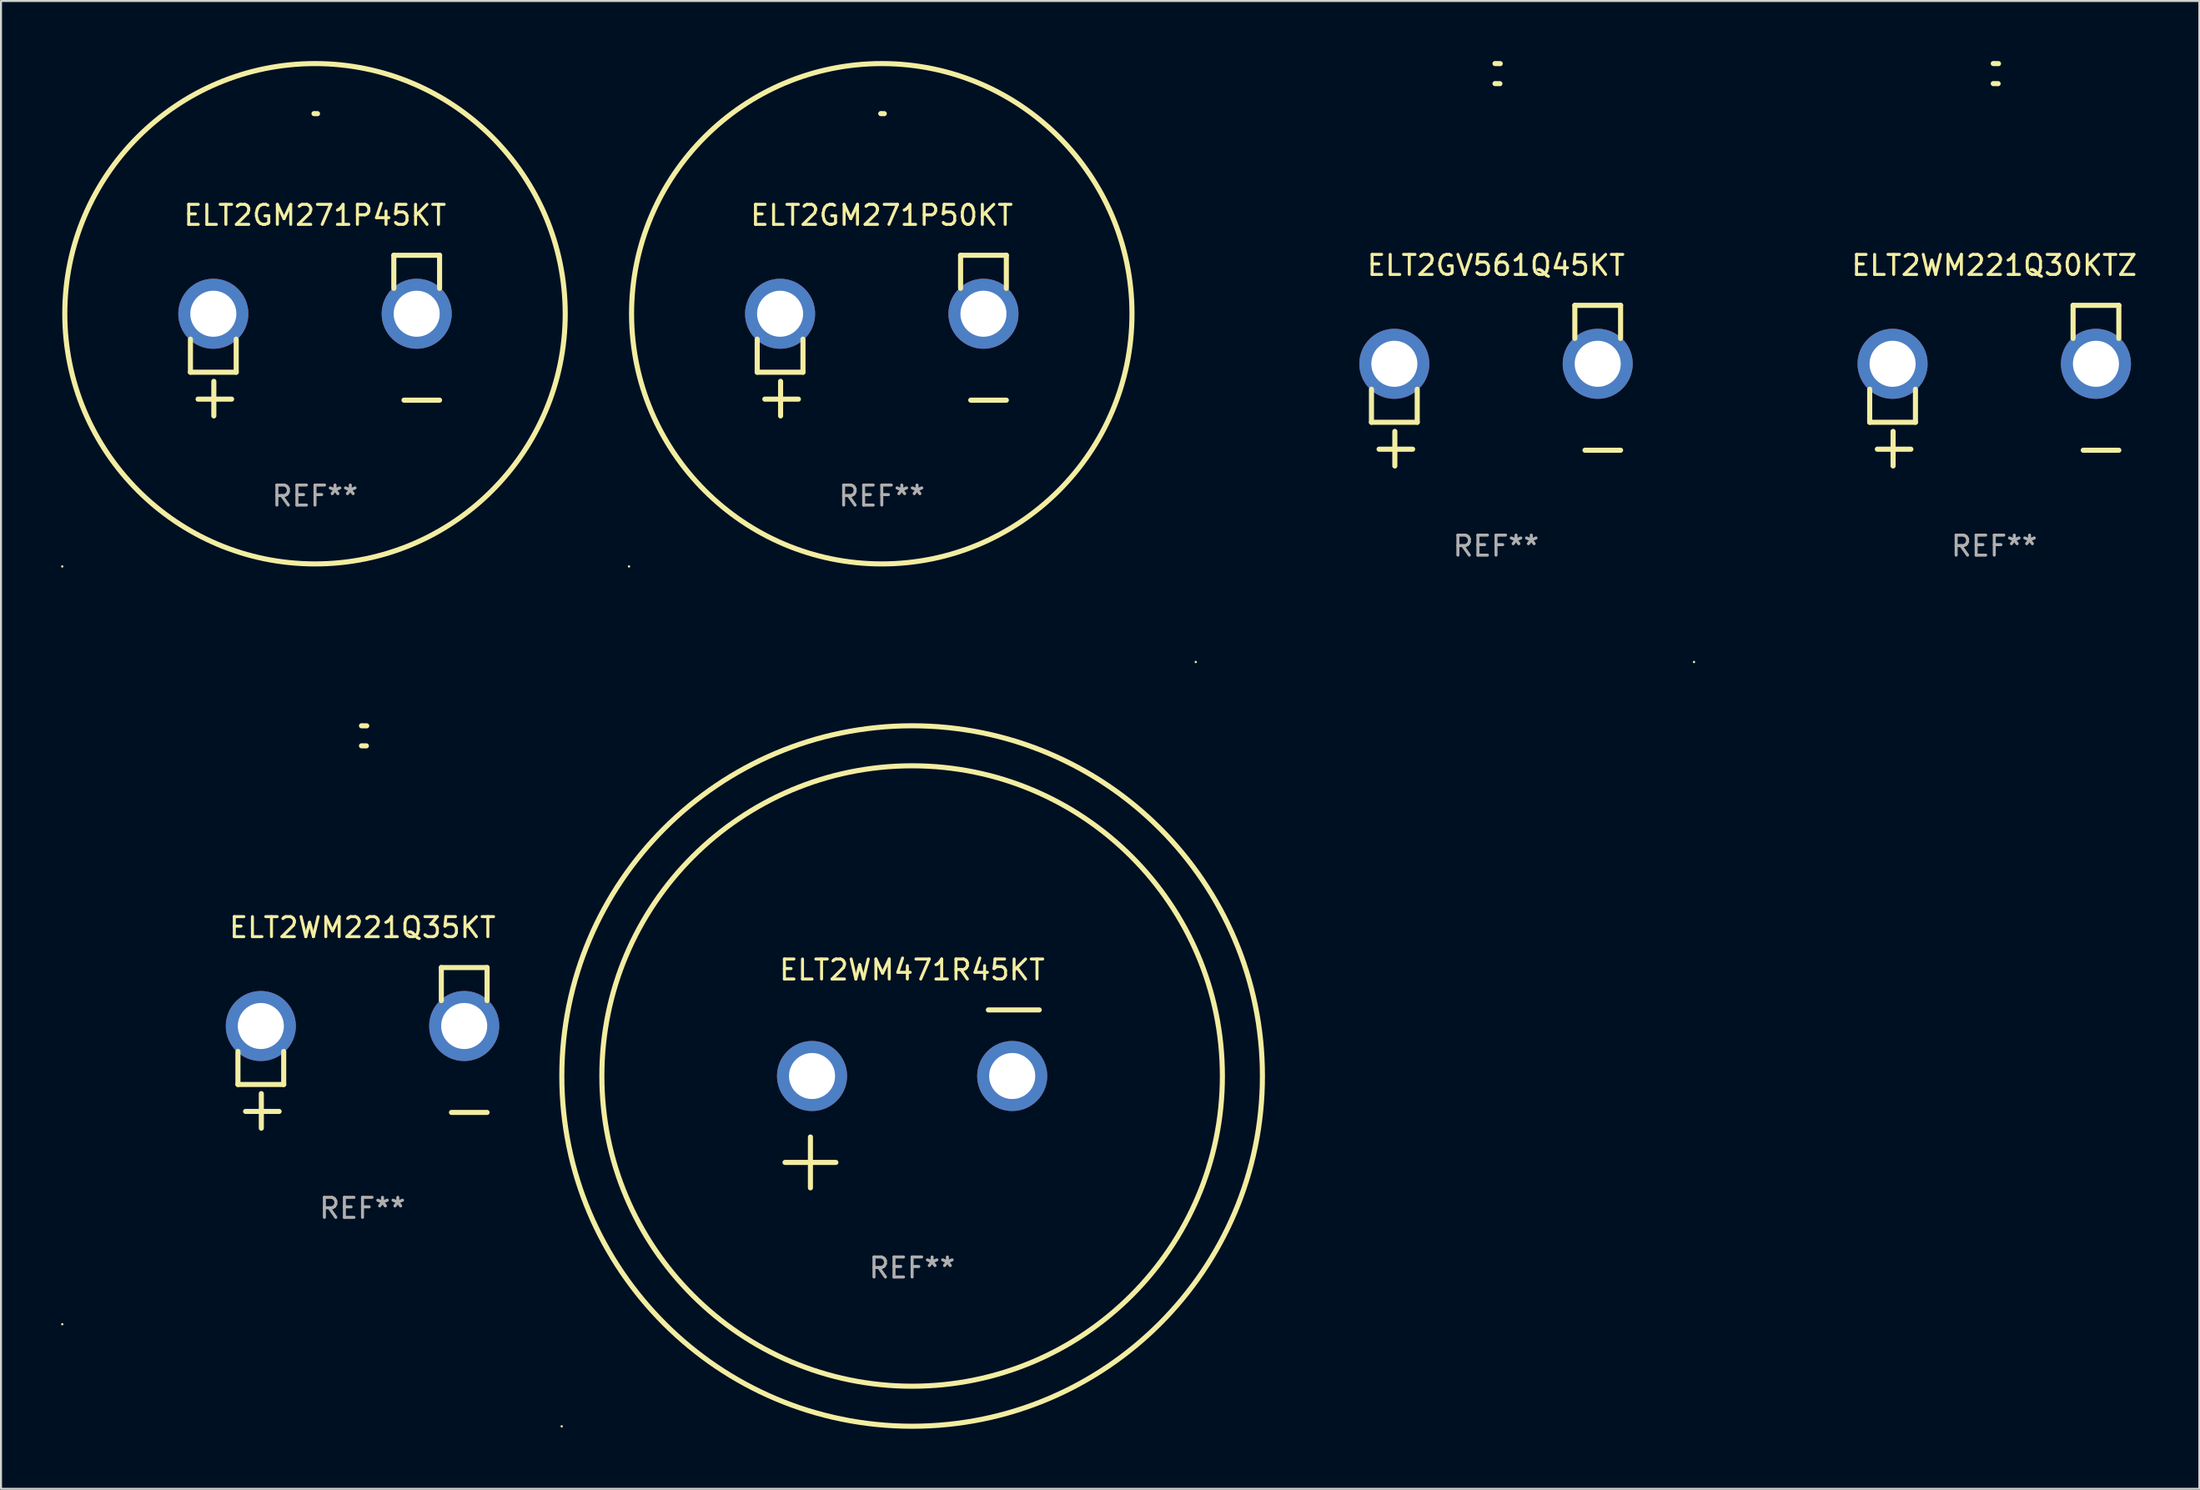
<source format=kicad_pcb>
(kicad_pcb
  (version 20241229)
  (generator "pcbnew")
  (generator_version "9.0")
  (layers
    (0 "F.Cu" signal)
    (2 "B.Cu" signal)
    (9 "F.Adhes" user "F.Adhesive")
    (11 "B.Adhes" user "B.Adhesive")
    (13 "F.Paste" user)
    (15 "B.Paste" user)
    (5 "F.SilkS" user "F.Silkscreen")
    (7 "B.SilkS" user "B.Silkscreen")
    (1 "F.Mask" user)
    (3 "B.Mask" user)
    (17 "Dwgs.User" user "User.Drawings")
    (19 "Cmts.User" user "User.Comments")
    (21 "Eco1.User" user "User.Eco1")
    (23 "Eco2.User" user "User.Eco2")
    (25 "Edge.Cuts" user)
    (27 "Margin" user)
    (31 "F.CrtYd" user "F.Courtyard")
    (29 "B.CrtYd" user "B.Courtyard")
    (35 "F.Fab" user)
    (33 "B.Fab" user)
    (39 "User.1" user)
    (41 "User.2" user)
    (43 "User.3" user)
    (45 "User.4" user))
  (footprint "ELT2GV561Q45KT"
    (layer "F.Cu")
    (at 71.687 16.22)
    (property "Reference" "ELT2GV561Q45KT" (at 0 -6.013 0) (layer "F.SilkS") (effects (font (size 1 1) (thickness 0.15))))
    (attr through_hole)
    (fp_line (start -6.223 0.178) (end -6.223 1.829) (stroke (width 0.254) (type solid)) (layer "F.SilkS"))
    (fp_line (start -6.223 1.829) (end -3.937 1.829) (stroke (width 0.254) (type solid)) (layer "F.SilkS"))
    (fp_line (start -5.055 4.013) (end -5.055 2.286) (stroke (width 0.254) (type solid)) (layer "F.SilkS"))
    (fp_line (start -4.166 3.175) (end -5.842 3.175) (stroke (width 0.254) (type solid)) (layer "F.SilkS"))
    (fp_line (start -3.937 1.829) (end -3.937 0.178) (stroke (width 0.254) (type solid)) (layer "F.SilkS"))
    (fp_line (start 3.937 -4.013) (end 3.937 -2.362) (stroke (width 0.254) (type solid)) (layer "F.SilkS"))
    (fp_line (start 6.223 -4.013) (end 3.937 -4.013) (stroke (width 0.254) (type solid)) (layer "F.SilkS"))
    (fp_line (start 6.223 -2.362) (end 6.223 -4.013) (stroke (width 0.254) (type solid)) (layer "F.SilkS"))
    (fp_line (start 6.223 3.226) (end 4.445 3.226) (stroke (width 0.254) (type solid)) (layer "F.SilkS"))
    (fp_arc (start -0.0508 -16.093472) (mid 0.080016 -16.092762) (end 0.210821 -16.090932) (stroke (width 0.254001) (type solid)) (layer "F.SilkS"))
    (fp_arc (start -0.0508 -15.09271) (mid 0.071125 -15.091961) (end 0.19304 -15.09017) (stroke (width 0.254001) (type solid)) (layer "F.SilkS"))
    (fp_circle (center -15 13.808) (end -14.97 13.808) (stroke (width 0.06) (type solid)) (fill no) (layer "F.SilkS"))
    (fp_text user "REF**" (at 0 8.013 0) (layer "F.Fab") (effects (font (size 1 1) (thickness 0.15))))
    (pad "1" thru_hole circle (at -5.08 -1.092) (size 3.5 3.5) (drill 2.3) (layers "*.Cu" "*.Mask"))
    (pad "2" thru_hole circle (at 5.08 -1.092) (size 3.5 3.5) (drill 2.3) (layers "*.Cu" "*.Mask")))
  (footprint "ELT2GM271P45KT"
    (layer "F.Cu")
    (at 12.687 13.719)
    (property "Reference" "ELT2GM271P45KT" (at 0 -6.013 0) (layer "F.SilkS") (effects (font (size 1 1) (thickness 0.15))))
    (attr through_hole)
    (fp_line (start -6.223 0.178) (end -6.223 1.829) (stroke (width 0.254) (type solid)) (layer "F.SilkS"))
    (fp_line (start -6.223 1.829) (end -3.937 1.829) (stroke (width 0.254) (type solid)) (layer "F.SilkS"))
    (fp_line (start -5.055 4.013) (end -5.055 2.286) (stroke (width 0.254) (type solid)) (layer "F.SilkS"))
    (fp_line (start -4.166 3.175) (end -5.842 3.175) (stroke (width 0.254) (type solid)) (layer "F.SilkS"))
    (fp_line (start -3.937 1.829) (end -3.937 0.178) (stroke (width 0.254) (type solid)) (layer "F.SilkS"))
    (fp_line (start 3.937 -4.013) (end 3.937 -2.362) (stroke (width 0.254) (type solid)) (layer "F.SilkS"))
    (fp_line (start 6.223 -4.013) (end 3.937 -4.013) (stroke (width 0.254) (type solid)) (layer "F.SilkS"))
    (fp_line (start 6.223 -2.362) (end 6.223 -4.013) (stroke (width 0.254) (type solid)) (layer "F.SilkS"))
    (fp_line (start 6.223 3.226) (end 4.445 3.226) (stroke (width 0.254) (type solid)) (layer "F.SilkS"))
    (fp_arc (start -0.0508 -11.092202) (mid 0.036835 -11.091307) (end 0.12446 -11.089662) (stroke (width 0.254001) (type solid)) (layer "F.SilkS"))
    (fp_circle (center -12.627 11.535) (end -12.597 11.535) (stroke (width 0.06) (type solid)) (fill no) (layer "F.SilkS"))
    (fp_circle (center 0 -1.092) (end 12.5 -1.092) (stroke (width 0.254) (type solid)) (fill no) (layer "F.SilkS"))
    (fp_text user "REF**" (at 0 8.013 0) (layer "F.Fab") (effects (font (size 1 1) (thickness 0.15))))
    (pad "1" thru_hole circle (at -5.08 -1.092) (size 3.5 3.5) (drill 2.3) (layers "*.Cu" "*.Mask"))
    (pad "2" thru_hole circle (at 5.08 -1.092) (size 3.5 3.5) (drill 2.3) (layers "*.Cu" "*.Mask")))
  (footprint "ELT2WM471R45KT"
    (layer "F.Cu")
    (at 42.517 51.858)
    (property "Reference" "ELT2WM471R45KT" (at 0 -6.445 0) (layer "F.SilkS") (effects (font (size 1 1) (thickness 0.15))))
    (attr through_hole)
    (fp_line (start -6.35 3.175) (end -3.81 3.175) (stroke (width 0.254) (type solid)) (layer "F.SilkS"))
    (fp_line (start -5.08 1.905) (end -5.08 4.445) (stroke (width 0.254) (type solid)) (layer "F.SilkS"))
    (fp_line (start 3.81 -4.445) (end 6.35 -4.445) (stroke (width 0.254) (type solid)) (layer "F.SilkS"))
    (fp_circle (center -17.505 16.362) (end -17.475 16.362) (stroke (width 0.06) (type solid)) (fill no) (layer "F.SilkS"))
    (fp_circle (center 0 -1.143) (end 15.5 -1.143) (stroke (width 0.254) (type solid)) (fill no) (layer "F.SilkS"))
    (fp_circle (center 0 -1.143) (end 17.5 -1.143) (stroke (width 0.254) (type solid)) (fill no) (layer "F.SilkS"))
    (fp_text user "REF**" (at 0 8.445 0) (layer "F.Fab") (effects (font (size 1 1) (thickness 0.15))))
    (pad "1" thru_hole circle (at -5 -1.143) (size 3.5 3.5) (drill 2.3) (layers "*.Cu" "*.Mask"))
    (pad "2" thru_hole circle (at 5 -1.143) (size 3.5 3.5) (drill 2.3) (layers "*.Cu" "*.Mask")))
  (footprint "ELT2WM221Q35KT"
    (layer "F.Cu")
    (at 15.06 49.309)
    (property "Reference" "ELT2WM221Q35KT" (at 0 -6.013 0) (layer "F.SilkS") (effects (font (size 1 1) (thickness 0.15))))
    (attr through_hole)
    (fp_line (start -6.223 0.178) (end -6.223 1.829) (stroke (width 0.254) (type solid)) (layer "F.SilkS"))
    (fp_line (start -6.223 1.829) (end -3.937 1.829) (stroke (width 0.254) (type solid)) (layer "F.SilkS"))
    (fp_line (start -5.055 4.013) (end -5.055 2.286) (stroke (width 0.254) (type solid)) (layer "F.SilkS"))
    (fp_line (start -4.166 3.175) (end -5.842 3.175) (stroke (width 0.254) (type solid)) (layer "F.SilkS"))
    (fp_line (start -3.937 1.829) (end -3.937 0.178) (stroke (width 0.254) (type solid)) (layer "F.SilkS"))
    (fp_line (start 3.937 -4.013) (end 3.937 -2.362) (stroke (width 0.254) (type solid)) (layer "F.SilkS"))
    (fp_line (start 6.223 -4.013) (end 3.937 -4.013) (stroke (width 0.254) (type solid)) (layer "F.SilkS"))
    (fp_line (start 6.223 -2.362) (end 6.223 -4.013) (stroke (width 0.254) (type solid)) (layer "F.SilkS"))
    (fp_line (start 6.223 3.226) (end 4.445 3.226) (stroke (width 0.254) (type solid)) (layer "F.SilkS"))
    (fp_arc (start -0.0508 -16.093472) (mid 0.080016 -16.092762) (end 0.210821 -16.090932) (stroke (width 0.254001) (type solid)) (layer "F.SilkS"))
    (fp_arc (start -0.0508 -15.09271) (mid 0.071125 -15.091961) (end 0.19304 -15.09017) (stroke (width 0.254001) (type solid)) (layer "F.SilkS"))
    (fp_circle (center -15 13.808) (end -14.97 13.808) (stroke (width 0.06) (type solid)) (fill no) (layer "F.SilkS"))
    (fp_text user "REF**" (at 0 8.013 0) (layer "F.Fab") (effects (font (size 1 1) (thickness 0.15))))
    (pad "1" thru_hole circle (at -5.08 -1.092) (size 3.5 3.5) (drill 2.3) (layers "*.Cu" "*.Mask"))
    (pad "2" thru_hole circle (at 5.08 -1.092) (size 3.5 3.5) (drill 2.3) (layers "*.Cu" "*.Mask")))
  (footprint "ELT2GM271P50KT"
    (layer "F.Cu")
    (at 41.001 13.719)
    (property "Reference" "ELT2GM271P50KT" (at 0 -6.013 0) (layer "F.SilkS") (effects (font (size 1 1) (thickness 0.15))))
    (attr through_hole)
    (fp_line (start -6.223 0.178) (end -6.223 1.829) (stroke (width 0.254) (type solid)) (layer "F.SilkS"))
    (fp_line (start -6.223 1.829) (end -3.937 1.829) (stroke (width 0.254) (type solid)) (layer "F.SilkS"))
    (fp_line (start -5.055 4.013) (end -5.055 2.286) (stroke (width 0.254) (type solid)) (layer "F.SilkS"))
    (fp_line (start -4.166 3.175) (end -5.842 3.175) (stroke (width 0.254) (type solid)) (layer "F.SilkS"))
    (fp_line (start -3.937 1.829) (end -3.937 0.178) (stroke (width 0.254) (type solid)) (layer "F.SilkS"))
    (fp_line (start 3.937 -4.013) (end 3.937 -2.362) (stroke (width 0.254) (type solid)) (layer "F.SilkS"))
    (fp_line (start 6.223 -4.013) (end 3.937 -4.013) (stroke (width 0.254) (type solid)) (layer "F.SilkS"))
    (fp_line (start 6.223 -2.362) (end 6.223 -4.013) (stroke (width 0.254) (type solid)) (layer "F.SilkS"))
    (fp_line (start 6.223 3.226) (end 4.445 3.226) (stroke (width 0.254) (type solid)) (layer "F.SilkS"))
    (fp_arc (start -0.0508 -11.092202) (mid 0.036835 -11.091307) (end 0.12446 -11.089662) (stroke (width 0.254001) (type solid)) (layer "F.SilkS"))
    (fp_circle (center -12.627 11.535) (end -12.597 11.535) (stroke (width 0.06) (type solid)) (fill no) (layer "F.SilkS"))
    (fp_circle (center 0 -1.092) (end 12.5 -1.092) (stroke (width 0.254) (type solid)) (fill no) (layer "F.SilkS"))
    (fp_text user "REF**" (at 0 8.013 0) (layer "F.Fab") (effects (font (size 1 1) (thickness 0.15))))
    (pad "1" thru_hole circle (at -5.08 -1.092) (size 3.5 3.5) (drill 2.3) (layers "*.Cu" "*.Mask"))
    (pad "2" thru_hole circle (at 5.08 -1.092) (size 3.5 3.5) (drill 2.3) (layers "*.Cu" "*.Mask")))
  (footprint "ELT2WM221Q30KTZ"
    (layer "F.Cu")
    (at 96.578 16.22)
    (property "Reference" "ELT2WM221Q30KTZ" (at 0 -6.013 0) (layer "F.SilkS") (effects (font (size 1 1) (thickness 0.15))))
    (attr through_hole)
    (fp_line (start -6.223 0.178) (end -6.223 1.829) (stroke (width 0.254) (type solid)) (layer "F.SilkS"))
    (fp_line (start -6.223 1.829) (end -3.937 1.829) (stroke (width 0.254) (type solid)) (layer "F.SilkS"))
    (fp_line (start -5.055 4.013) (end -5.055 2.286) (stroke (width 0.254) (type solid)) (layer "F.SilkS"))
    (fp_line (start -4.166 3.175) (end -5.842 3.175) (stroke (width 0.254) (type solid)) (layer "F.SilkS"))
    (fp_line (start -3.937 1.829) (end -3.937 0.178) (stroke (width 0.254) (type solid)) (layer "F.SilkS"))
    (fp_line (start 3.937 -4.013) (end 3.937 -2.362) (stroke (width 0.254) (type solid)) (layer "F.SilkS"))
    (fp_line (start 6.223 -4.013) (end 3.937 -4.013) (stroke (width 0.254) (type solid)) (layer "F.SilkS"))
    (fp_line (start 6.223 -2.362) (end 6.223 -4.013) (stroke (width 0.254) (type solid)) (layer "F.SilkS"))
    (fp_line (start 6.223 3.226) (end 4.445 3.226) (stroke (width 0.254) (type solid)) (layer "F.SilkS"))
    (fp_arc (start -0.0508 -16.093472) (mid 0.080016 -16.092762) (end 0.210821 -16.090932) (stroke (width 0.254001) (type solid)) (layer "F.SilkS"))
    (fp_arc (start -0.0508 -15.09271) (mid 0.071125 -15.091961) (end 0.19304 -15.09017) (stroke (width 0.254001) (type solid)) (layer "F.SilkS"))
    (fp_circle (center -15 13.808) (end -14.97 13.808) (stroke (width 0.06) (type solid)) (fill no) (layer "F.SilkS"))
    (fp_text user "REF**" (at 0 8.013 0) (layer "F.Fab") (effects (font (size 1 1) (thickness 0.15))))
    (pad "1" thru_hole circle (at -5.08 -1.092) (size 3.5 3.5) (drill 2.3) (layers "*.Cu" "*.Mask"))
    (pad "2" thru_hole circle (at 5.08 -1.092) (size 3.5 3.5) (drill 2.3) (layers "*.Cu" "*.Mask")))
  (gr_rect
    (start -3 -3)
    (end 106.822 71.343)
    (stroke (width 0.1) (type default))
    (fill no)
    (layer "Edge.Cuts")))
</source>
